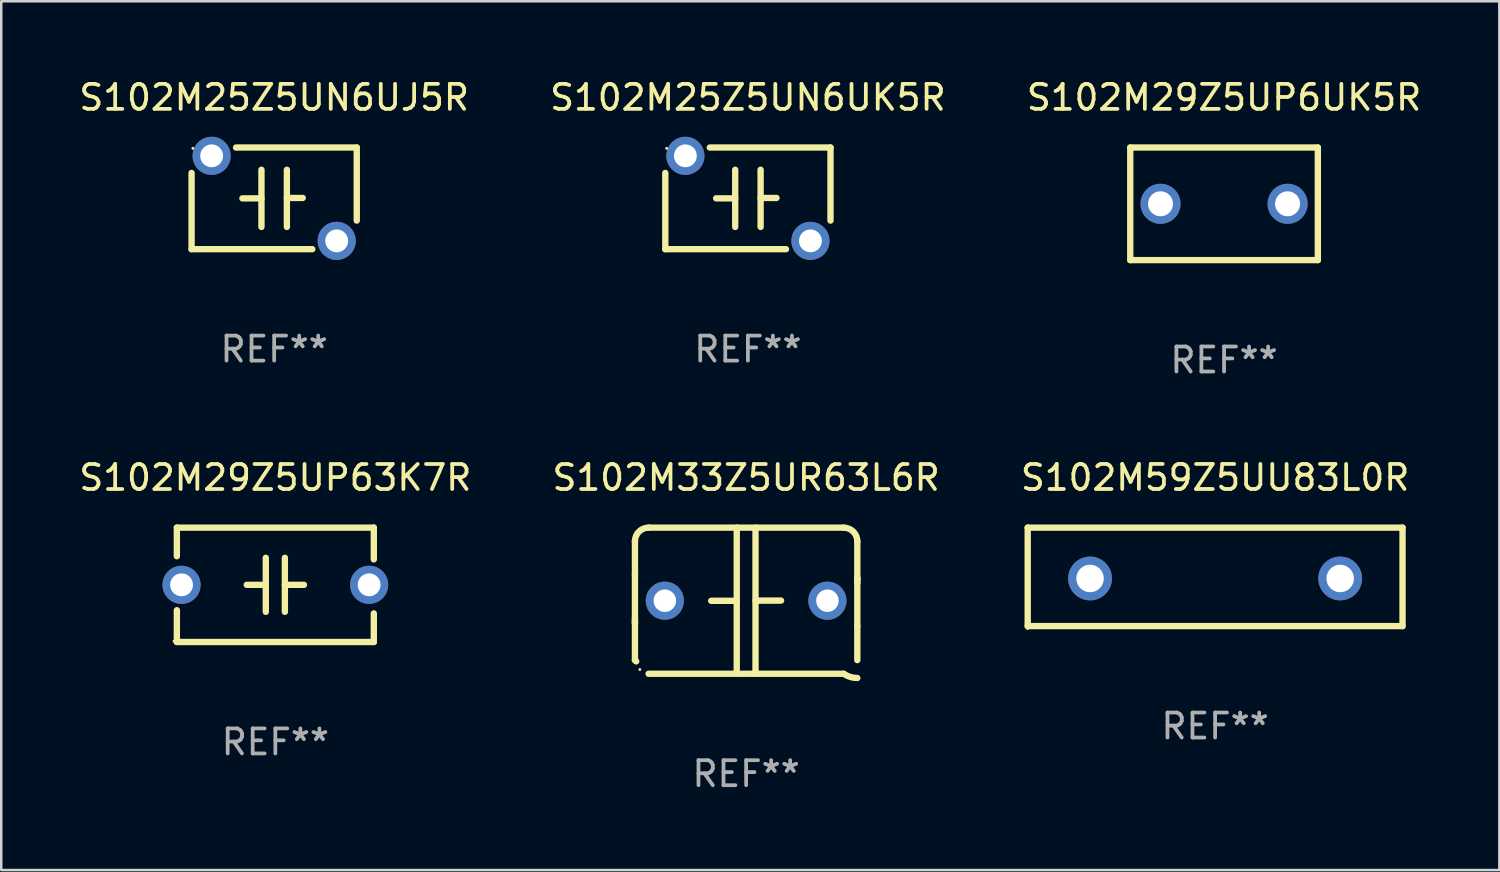
<source format=kicad_pcb>
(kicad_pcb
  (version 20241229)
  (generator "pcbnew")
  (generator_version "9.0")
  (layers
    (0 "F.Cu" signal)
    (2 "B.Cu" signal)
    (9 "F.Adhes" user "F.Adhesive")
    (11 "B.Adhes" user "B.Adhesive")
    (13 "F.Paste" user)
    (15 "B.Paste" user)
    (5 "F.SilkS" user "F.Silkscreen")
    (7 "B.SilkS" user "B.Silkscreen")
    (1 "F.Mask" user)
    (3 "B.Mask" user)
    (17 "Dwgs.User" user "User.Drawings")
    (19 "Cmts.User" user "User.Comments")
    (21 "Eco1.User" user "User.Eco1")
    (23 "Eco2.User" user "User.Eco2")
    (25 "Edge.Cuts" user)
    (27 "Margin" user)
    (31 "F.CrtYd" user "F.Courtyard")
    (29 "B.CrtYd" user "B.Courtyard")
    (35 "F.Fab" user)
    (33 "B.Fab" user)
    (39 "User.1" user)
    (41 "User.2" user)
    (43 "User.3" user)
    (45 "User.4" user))
  (footprint "S102M29Z5UP6UK5R"
    (layer "F.Cu")
    (at 45.887 5.098)
    (property "Reference" "S102M29Z5UP6UK5R" (at 0 -4.25 0) (layer "F.SilkS") (effects (font (size 1 1) (thickness 0.15))))
    (attr through_hole)
    (fp_line (start -3.75 -2.25) (end -3.75 2.25) (stroke (width 0.254) (type solid)) (layer "F.SilkS"))
    (fp_line (start -3.75 -2.25) (end 3.75 -2.25) (stroke (width 0.254) (type solid)) (layer "F.SilkS"))
    (fp_line (start 3.75 -2.25) (end 3.75 2.25) (stroke (width 0.254) (type solid)) (layer "F.SilkS"))
    (fp_line (start 3.75 2.25) (end -3.75 2.25) (stroke (width 0.254) (type solid)) (layer "F.SilkS"))
    (fp_circle (center -3.75 2.25) (end -3.72 2.25) (stroke (width 0.06) (type solid)) (fill no) (layer "F.SilkS"))
    (fp_text user "REF**" (at 0 6.25 0) (layer "F.Fab") (effects (font (size 1 1) (thickness 0.15))))
    (pad "1" thru_hole circle (at -2.54 0) (size 1.6 1.6) (drill 1) (layers "*.Cu" "*.Mask"))
    (pad "2" thru_hole circle (at 2.54 0) (size 1.6 1.6) (drill 1) (layers "*.Cu" "*.Mask")))
  (footprint "S102M29Z5UP63K7R"
    (layer "F.Cu")
    (at 7.958 20.331)
    (property "Reference" "S102M29Z5UP63K7R" (at 0 -4.286 0) (layer "F.SilkS") (effects (font (size 1 1) (thickness 0.15))))
    (attr through_hole)
    (fp_line (start -3.937 -2.286) (end 3.937 -2.286) (stroke (width 0.254) (type solid)) (layer "F.SilkS"))
    (fp_line (start -3.937 -1.143) (end -3.937 -2.286) (stroke (width 0.254) (type solid)) (layer "F.SilkS"))
    (fp_line (start -3.937 2.286) (end -3.937 1.016) (stroke (width 0.254) (type solid)) (layer "F.SilkS"))
    (fp_line (start -0.381 -0.000025) (end -1.143 -0.000025) (stroke (width 0.254) (type solid)) (layer "F.SilkS"))
    (fp_line (start -0.381 1.08) (end -0.381 -1.08) (stroke (width 0.254) (type solid)) (layer "F.SilkS"))
    (fp_line (start 0.381 -1.08) (end 0.381 1.08) (stroke (width 0.254) (type solid)) (layer "F.SilkS"))
    (fp_line (start 0.381 0.000025) (end 1.143 0.000025) (stroke (width 0.254) (type solid)) (layer "F.SilkS"))
    (fp_line (start 3.937 -2.286) (end 3.937 -1.016) (stroke (width 0.254) (type solid)) (layer "F.SilkS"))
    (fp_line (start 3.937 1.143) (end 3.937 2.286) (stroke (width 0.254) (type solid)) (layer "F.SilkS"))
    (fp_line (start 3.937 2.286) (end -3.937 2.286) (stroke (width 0.254) (type solid)) (layer "F.SilkS"))
    (fp_circle (center -4.05 2.25) (end -4.02 2.25) (stroke (width 0.06) (type solid)) (fill no) (layer "F.SilkS"))
    (fp_text user "REF**" (at 0 6.286 0) (layer "F.Fab") (effects (font (size 1 1) (thickness 0.15))))
    (pad "1" thru_hole circle (at -3.75 0) (size 1.524 1.524) (drill 0.914) (layers "*.Cu" "*.Mask"))
    (pad "2" thru_hole circle (at 3.75 0) (size 1.524 1.524) (drill 0.914) (layers "*.Cu" "*.Mask")))
  (footprint "S102M59Z5UU83L0R"
    (layer "F.Cu")
    (at 45.53 20.013)
    (property "Reference" "S102M59Z5UU83L0R" (at 0 -3.969 0) (layer "F.SilkS") (effects (font (size 1 1) (thickness 0.15))))
    (attr through_hole)
    (fp_line (start -7.493 -1.969) (end -7.493 1.969) (stroke (width 0.254) (type solid)) (layer "F.SilkS"))
    (fp_line (start -7.493 1.969) (end 7.493 1.969) (stroke (width 0.254) (type solid)) (layer "F.SilkS"))
    (fp_line (start 7.493 -1.969) (end -7.493 -1.969) (stroke (width 0.254) (type solid)) (layer "F.SilkS"))
    (fp_line (start 7.493 1.969) (end 7.493 -1.969) (stroke (width 0.254) (type solid)) (layer "F.SilkS"))
    (fp_circle (center -7.5 2.063) (end -7.47 2.063) (stroke (width 0.06) (type solid)) (fill no) (layer "F.SilkS"))
    (fp_text user "REF**" (at 0 5.969 0) (layer "F.Fab") (effects (font (size 1 1) (thickness 0.15))))
    (pad "1" thru_hole circle (at -5 0.064) (size 1.75 1.75) (drill 1.1) (layers "*.Cu" "*.Mask"))
    (pad "2" thru_hole circle (at 5 0.064) (size 1.75 1.75) (drill 1.1) (layers "*.Cu" "*.Mask")))
  (footprint "S102M25Z5UN6UJ5R"
    (layer "F.Cu")
    (at 7.911 4.88)
    (property "Reference" "S102M25Z5UN6UJ5R" (at 0 -4.032 0) (layer "F.SilkS") (effects (font (size 1 1) (thickness 0.15))))
    (attr through_hole)
    (fp_line (start -3.302 2.032) (end -3.302 -1.016) (stroke (width 0.254) (type solid)) (layer "F.SilkS"))
    (fp_line (start -3.302 2.032) (end 1.524 2.032) (stroke (width 0.254) (type solid)) (layer "F.SilkS"))
    (fp_line (start -1.524 -2.032) (end 3.302 -2.032) (stroke (width 0.254) (type solid)) (layer "F.SilkS"))
    (fp_line (start -1.27 0) (end -0.508 0) (stroke (width 0.254) (type solid)) (layer "F.SilkS"))
    (fp_line (start -0.508 1.143) (end -0.508 -1.143) (stroke (width 0.254) (type solid)) (layer "F.SilkS"))
    (fp_line (start 0.508 -0.016) (end 1.143 -0.016) (stroke (width 0.254) (type solid)) (layer "F.SilkS"))
    (fp_line (start 0.508 1.143) (end 0.508 -1.143) (stroke (width 0.254) (type solid)) (layer "F.SilkS"))
    (fp_line (start 3.302 -2.032) (end 3.302 0.889) (stroke (width 0.254) (type solid)) (layer "F.SilkS"))
    (fp_circle (center -3.25 -2) (end -3.22 -2) (stroke (width 0.06) (type solid)) (fill no) (layer "F.SilkS"))
    (fp_text user "REF**" (at 0 6.032 0) (layer "F.Fab") (effects (font (size 1 1) (thickness 0.15))))
    (pad "1" thru_hole circle (at -2.5 -1.7) (size 1.524 1.524) (drill 0.914) (layers "*.Cu" "*.Mask"))
    (pad "2" thru_hole circle (at 2.5 1.7) (size 1.524 1.524) (drill 0.914) (layers "*.Cu" "*.Mask")))
  (footprint "S102M33Z5UR63L6R"
    (layer "F.Cu")
    (at 26.78 20.966)
    (property "Reference" "S102M33Z5UR63L6R" (at 0 -4.921 0) (layer "F.SilkS") (effects (font (size 1 1) (thickness 0.15))))
    (attr through_hole)
    (fp_line (start -4.445 2.375) (end -4.445 0.889) (stroke (width 0.254) (type solid)) (layer "F.SilkS"))
    (fp_line (start -4.445 -2.375) (end -4.445 -2.375) (stroke (width 0.254) (type solid)) (layer "F.SilkS"))
    (fp_line (start -4.445 -1.045) (end -4.445 -2.375) (stroke (width 0.254) (type solid)) (layer "F.SilkS"))
    (fp_line (start -4.445 -1.045) (end -4.445 0.889) (stroke (width 0.254) (type solid)) (layer "F.SilkS"))
    (fp_line (start -4.445 0.889) (end -4.445 0.708) (stroke (width 0.254) (type solid)) (layer "F.SilkS"))
    (fp_line (start -3.899 -2.921) (end 3.899 -2.921) (stroke (width 0.254) (type solid)) (layer "F.SilkS"))
    (fp_line (start -0.375 0.004) (end -1.397 0.004) (stroke (width 0.254) (type solid)) (layer "F.SilkS"))
    (fp_line (start -0.375 2.921) (end -0.375 -2.921) (stroke (width 0.254) (type solid)) (layer "F.SilkS"))
    (fp_line (start 0.375 -2.921) (end 0.375 2.921) (stroke (width 0.254) (type solid)) (layer "F.SilkS"))
    (fp_line (start 0.375 -0.004) (end 1.397 -0.004) (stroke (width 0.254) (type solid)) (layer "F.SilkS"))
    (fp_line (start 3.899 2.921) (end -3.899 2.921) (stroke (width 0.254) (type solid)) (layer "F.SilkS"))
    (fp_line (start 4.445 -0.889) (end 4.445 -0.708) (stroke (width 0.254) (type solid)) (layer "F.SilkS"))
    (fp_line (start 4.445 -0.889) (end 4.445 1.02) (stroke (width 0.254) (type solid)) (layer "F.SilkS"))
    (fp_line (start 4.445 1.02) (end 4.445 2.375) (stroke (width 0.254) (type solid)) (layer "F.SilkS"))
    (fp_line (start 4.445 -2.375) (end 4.445 -0.889) (stroke (width 0.254) (type solid)) (layer "F.SilkS"))
    (fp_arc (start -4.445034 -2.374778) (mid -4.285049 -2.761028) (end -3.898806 -2.921031) (stroke (width 0.254001) (type solid)) (layer "F.SilkS"))
    (fp_arc (start -4.445034 2.374803) (mid -4.4201 2.399713) (end -4.395166 2.424624) (stroke (width 0.254001) (type solid)) (layer "F.SilkS"))
    (fp_arc (start 3.898782 -2.921031) (mid 4.285036 -2.76105) (end 4.445034 -2.374803) (stroke (width 0.254001) (type solid)) (layer "F.SilkS"))
    (fp_arc (start 4.444998 3.090508) (mid 4.15906 3.047158) (end 3.898806 2.921031) (stroke (width 0.254001) (type solid)) (layer "F.SilkS"))
    (fp_circle (center -4.25 2.75) (end -4.22 2.75) (stroke (width 0.06) (type solid)) (fill no) (layer "F.SilkS"))
    (fp_text user "REF**" (at 0 6.921 0) (layer "F.Fab") (effects (font (size 1 1) (thickness 0.15))))
    (pad "1" thru_hole circle (at -3.25 0) (size 1.524 1.524) (drill 0.9) (layers "*.Cu" "*.Mask"))
    (pad "2" thru_hole circle (at 3.25 0) (size 1.524 1.524) (drill 0.9) (layers "*.Cu" "*.Mask")))
  (footprint "S102M25Z5UN6UK5R"
    (layer "F.Cu")
    (at 26.851 4.88)
    (property "Reference" "S102M25Z5UN6UK5R" (at 0 -4.032 0) (layer "F.SilkS") (effects (font (size 1 1) (thickness 0.15))))
    (attr through_hole)
    (fp_line (start -3.302 2.032) (end -3.302 -1.016) (stroke (width 0.254) (type solid)) (layer "F.SilkS"))
    (fp_line (start -3.302 2.032) (end 1.524 2.032) (stroke (width 0.254) (type solid)) (layer "F.SilkS"))
    (fp_line (start -1.524 -2.032) (end 3.302 -2.032) (stroke (width 0.254) (type solid)) (layer "F.SilkS"))
    (fp_line (start -1.27 0) (end -0.508 0) (stroke (width 0.254) (type solid)) (layer "F.SilkS"))
    (fp_line (start -0.508 1.143) (end -0.508 -1.143) (stroke (width 0.254) (type solid)) (layer "F.SilkS"))
    (fp_line (start 0.508 -0.016) (end 1.143 -0.016) (stroke (width 0.254) (type solid)) (layer "F.SilkS"))
    (fp_line (start 0.508 1.143) (end 0.508 -1.143) (stroke (width 0.254) (type solid)) (layer "F.SilkS"))
    (fp_line (start 3.302 -2.032) (end 3.302 0.889) (stroke (width 0.254) (type solid)) (layer "F.SilkS"))
    (fp_circle (center -3.25 -2) (end -3.22 -2) (stroke (width 0.06) (type solid)) (fill no) (layer "F.SilkS"))
    (fp_text user "REF**" (at 0 6.032 0) (layer "F.Fab") (effects (font (size 1 1) (thickness 0.15))))
    (pad "1" thru_hole circle (at -2.5 -1.7) (size 1.524 1.524) (drill 0.914) (layers "*.Cu" "*.Mask"))
    (pad "2" thru_hole circle (at 2.5 1.7) (size 1.524 1.524) (drill 0.914) (layers "*.Cu" "*.Mask")))
  (gr_rect
    (start -3 -3)
    (end 56.893 31.735)
    (stroke (width 0.1) (type default))
    (fill no)
    (layer "Edge.Cuts")))
</source>
